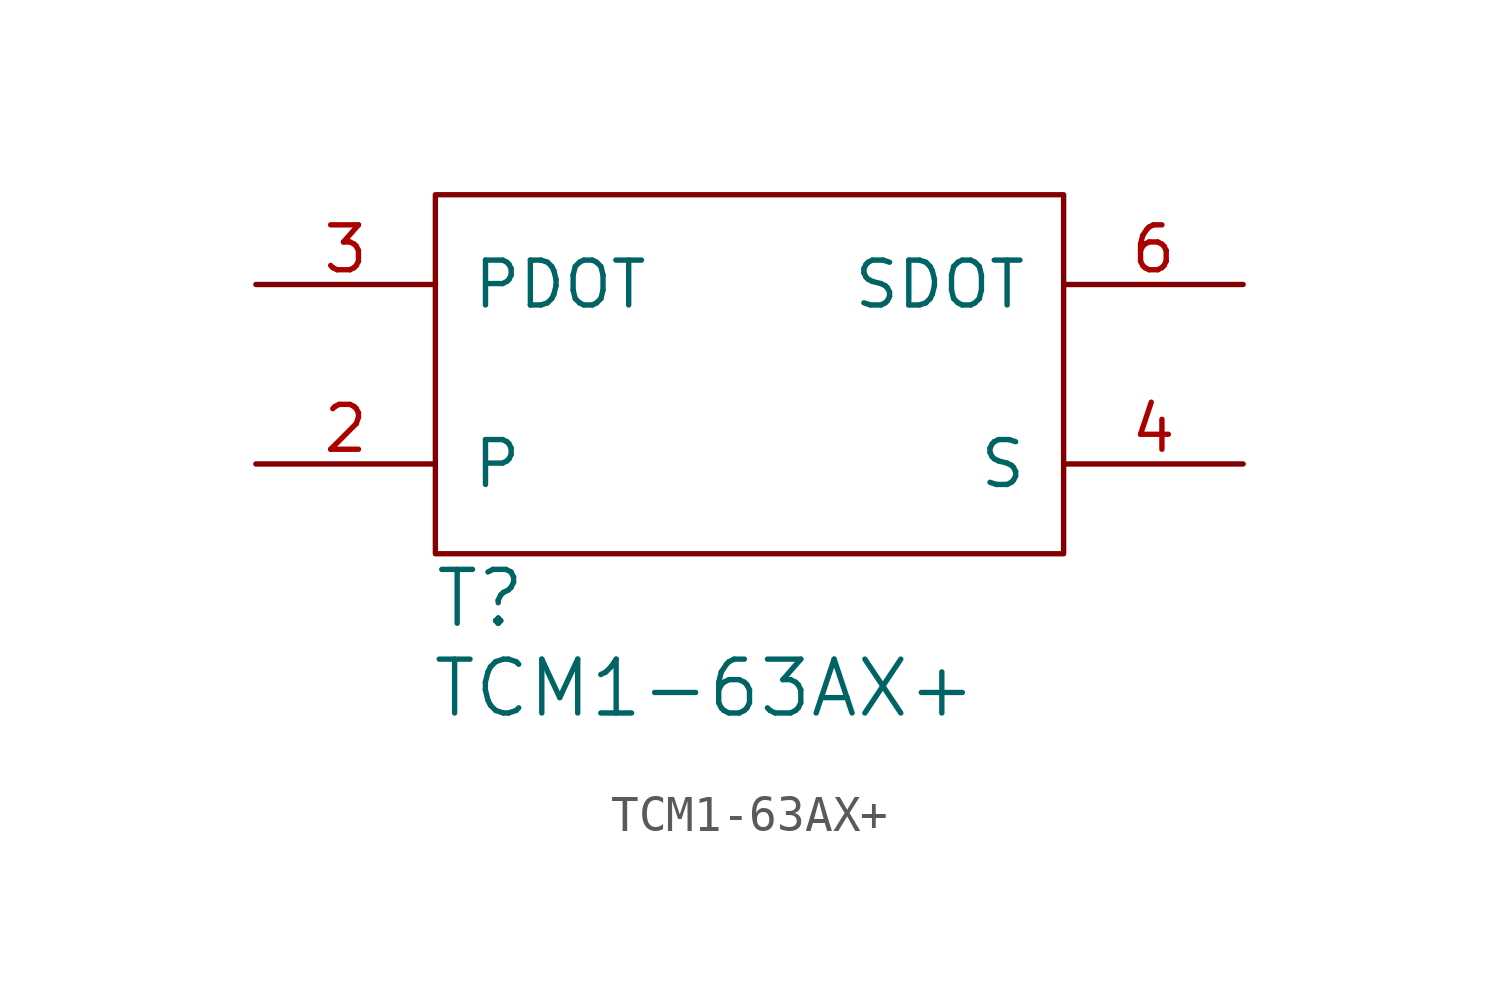
<source format=kicad_sym>
(kicad_symbol_lib
  (version 20220914)
  (generator kicad_symbol_editor)
  (symbol "TCM1-63AX+"
    (pin_names
      (offset 1.016))
    (property "Reference" "T"
      (at 1.27 -1.27 0)
      (effects (font (size 1.524 1.524))))
    (property "Value" "TCM1-63AX+"
      (at 7.62 -3.81 0)
      (effects (font (size 1.524 1.524))))
    (symbol "TCM1-63AX+_0_1"
      (rectangle (start 0 10.16) (end 17.78 0) (stroke (width 0) (type solid)) (fill (type none))))
    (symbol "TCM1-63AX+_1_1"
      (pin passive line (at -5.08 2.54 0) (length 5.08) (name "P" (effects (font (size 1.27 1.27)))) (number "2" (effects (font (size 1.27 1.27)))))
      (pin passive line (at -5.08 7.62 0) (length 5.08) (name "PDOT" (effects (font (size 1.27 1.27)))) (number "3" (effects (font (size 1.27 1.27)))))
      (pin passive line (at 22.86 2.54 180) (length 5.08) (name "S" (effects (font (size 1.27 1.27)))) (number "4" (effects (font (size 1.27 1.27)))))
      (pin passive line (at 22.86 7.62 180) (length 5.08) (name "SDOT" (effects (font (size 1.27 1.27)))) (number "6" (effects (font (size 1.27 1.27))))))))
</source>
